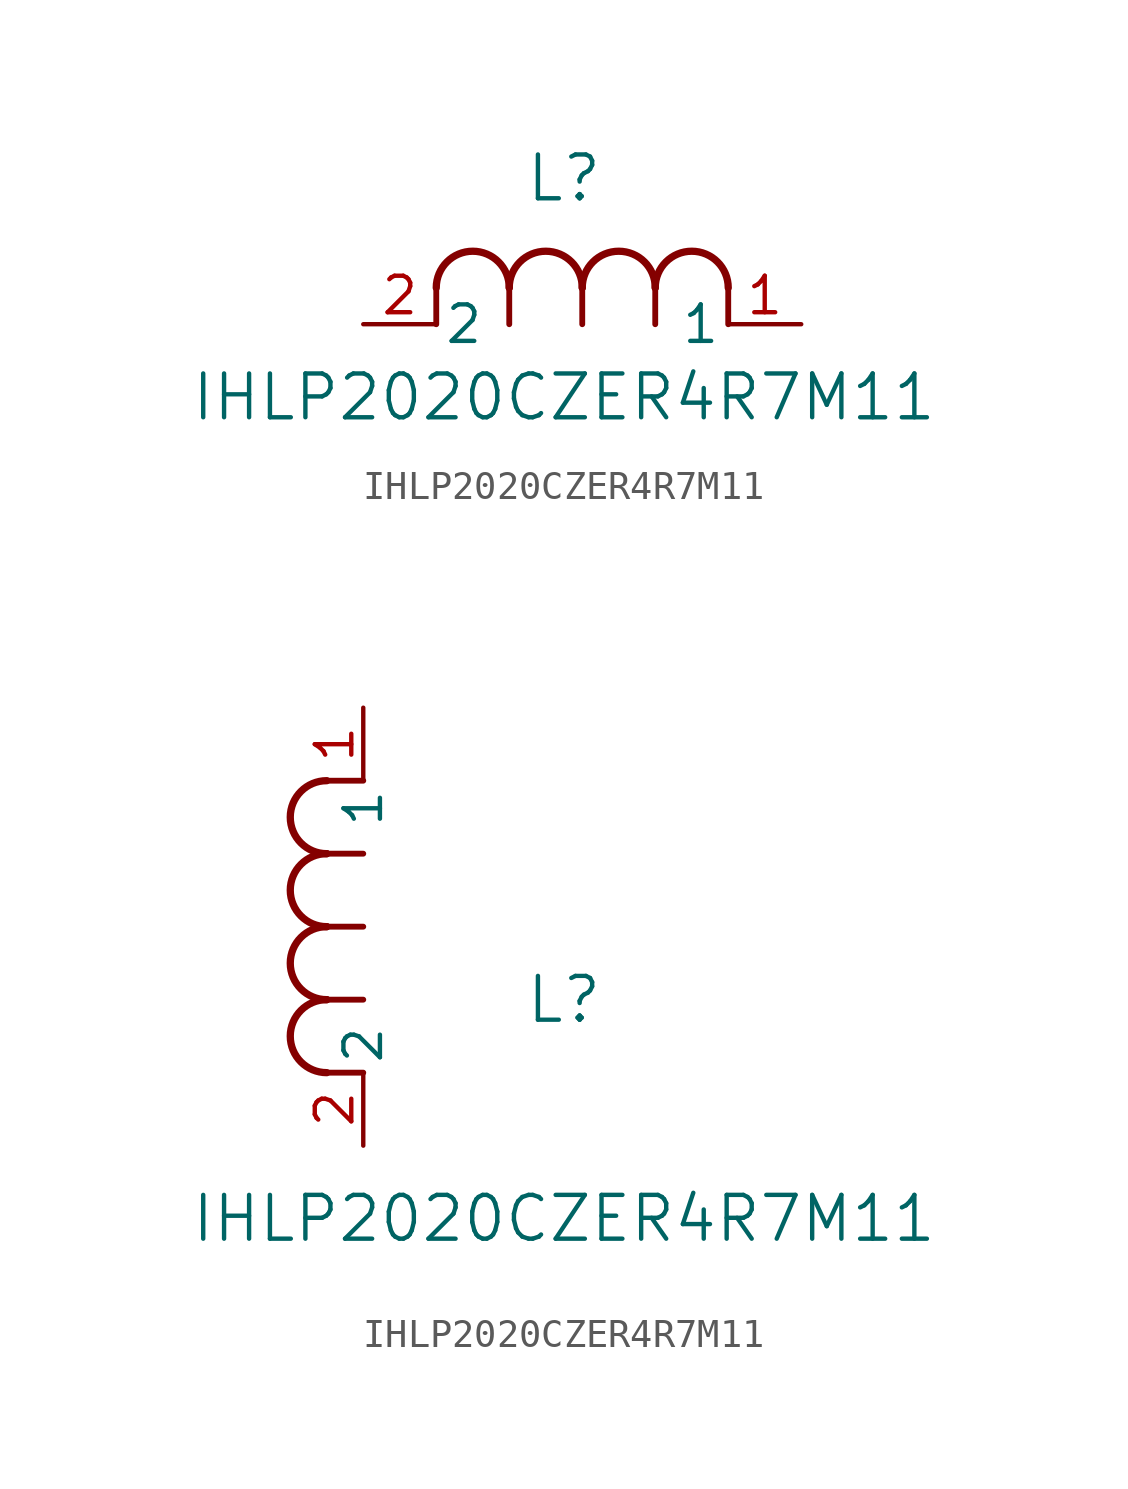
<source format=kicad_sym>
(kicad_symbol_lib
  (version 20211014)
  (generator kicad_symbol_editor)
  (symbol "IHLP2020CZER4R7M11"
    (pin_names
      (offset 0.254))
    (property "Reference" "L"
      (at 6.985 5.08 0)
      (effects (font (size 1.524 1.524))))
    (property "Value" "IHLP2020CZER4R7M11"
      (at 6.985 -2.54 0)
      (effects (font (size 1.524 1.524))))
    (symbol "IHLP2020CZER4R7M11_1_1"
      (arc (start 7.62 1.27) (mid 6.35 2.54) (end 5.08 1.27) (stroke (width 0.254) (type default) (color 0 0 0 0)) (fill (type none)))
      (polyline (pts (xy 5.08 0) (xy 5.08 1.27)) (stroke (width 0.203) (type default) (color 0 0 0 0)) (fill (type none)))
      (polyline (pts (xy 7.62 0) (xy 7.62 1.27)) (stroke (width 0.203) (type default) (color 0 0 0 0)) (fill (type none)))
      (polyline (pts (xy 12.7 0) (xy 12.7 1.27)) (stroke (width 0.203) (type default) (color 0 0 0 0)) (fill (type none)))
      (arc (start 5.08 1.27) (mid 3.81 2.54) (end 2.54 1.27) (stroke (width 0.254) (type default) (color 0 0 0 0)) (fill (type none)))
      (arc (start 10.16 1.27) (mid 8.89 2.54) (end 7.62 1.27) (stroke (width 0.254) (type default) (color 0 0 0 0)) (fill (type none)))
      (arc (start 12.7 1.27) (mid 11.43 2.54) (end 10.16 1.27) (stroke (width 0.254) (type default) (color 0 0 0 0)) (fill (type none)))
      (polyline (pts (xy 2.54 0) (xy 2.54 1.27)) (stroke (width 0.203) (type default) (color 0 0 0 0)) (fill (type none)))
      (polyline (pts (xy 10.16 0) (xy 10.16 1.27)) (stroke (width 0.203) (type default) (color 0 0 0 0)) (fill (type none)))
      (pin unspecified line (at 0 0 0) (length 2.54) (name "2" (effects (font (size 1.27 1.27)))) (number "2" (effects (font (size 1.27 1.27)))))
      (pin unspecified line (at 15.24 0 180) (length 2.54) (name "1" (effects (font (size 1.27 1.27)))) (number "1" (effects (font (size 1.27 1.27))))))
    (symbol "IHLP2020CZER4R7M11_1_2"
      (arc (start -1.27 7.62) (mid -2.54 6.35) (end -1.27 5.08) (stroke (width 0.254) (type default) (color 0 0 0 0)) (fill (type none)))
      (arc (start -1.27 5.08) (mid -2.54 3.81) (end -1.27 2.54) (stroke (width 0.254) (type default) (color 0 0 0 0)) (fill (type none)))
      (arc (start -1.27 12.7) (mid -2.54 11.43) (end -1.27 10.16) (stroke (width 0.254) (type default) (color 0 0 0 0)) (fill (type none)))
      (arc (start -1.27 10.16) (mid -2.54 8.89) (end -1.27 7.62) (stroke (width 0.254) (type default) (color 0 0 0 0)) (fill (type none)))
      (polyline (pts (xy 0 7.62) (xy -1.27 7.62)) (stroke (width 0.203) (type default) (color 0 0 0 0)) (fill (type none)))
      (polyline (pts (xy 0 5.08) (xy -1.27 5.08)) (stroke (width 0.203) (type default) (color 0 0 0 0)) (fill (type none)))
      (polyline (pts (xy 0 12.7) (xy -1.27 12.7)) (stroke (width 0.203) (type default) (color 0 0 0 0)) (fill (type none)))
      (polyline (pts (xy 0 2.54) (xy -1.27 2.54)) (stroke (width 0.203) (type default) (color 0 0 0 0)) (fill (type none)))
      (polyline (pts (xy 0 10.16) (xy -1.27 10.16)) (stroke (width 0.203) (type default) (color 0 0 0 0)) (fill (type none)))
      (pin unspecified line (at 0 0 90) (length 2.54) (name "2" (effects (font (size 1.27 1.27)))) (number "2" (effects (font (size 1.27 1.27)))))
      (pin unspecified line (at 0 15.24 270) (length 2.54) (name "1" (effects (font (size 1.27 1.27)))) (number "1" (effects (font (size 1.27 1.27))))))))
</source>
